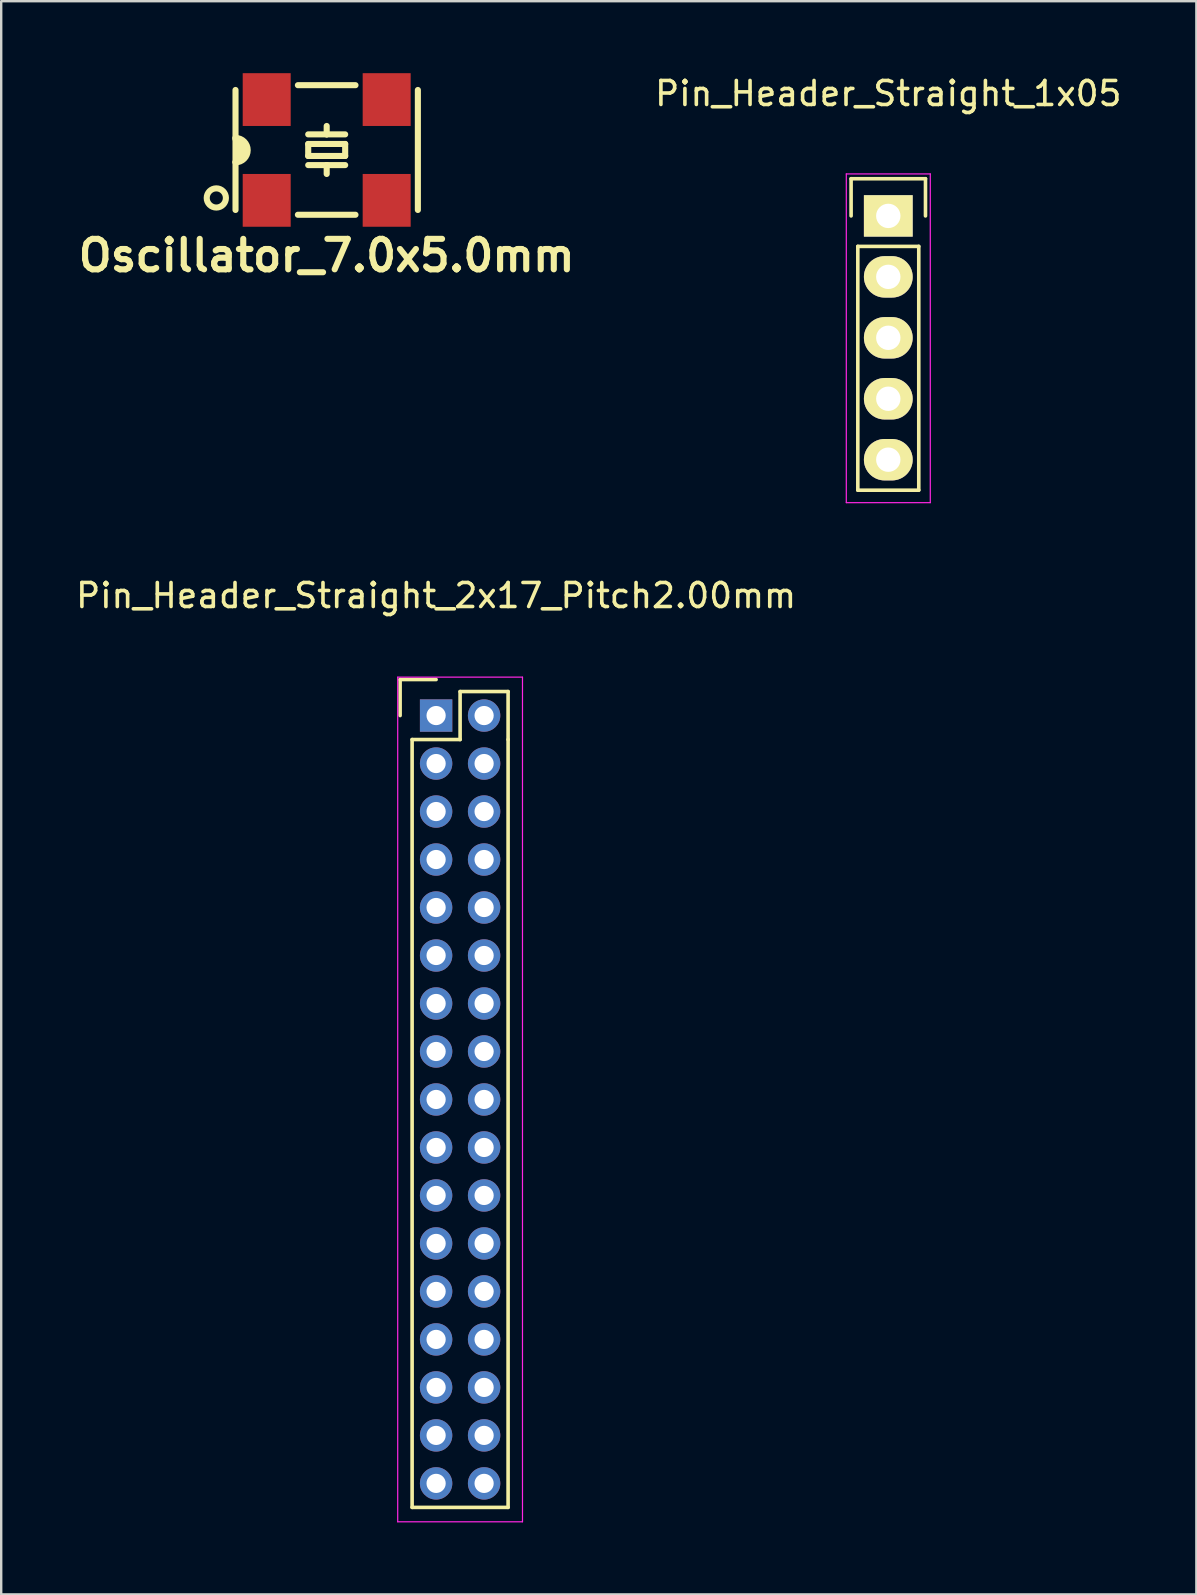
<source format=kicad_pcb>
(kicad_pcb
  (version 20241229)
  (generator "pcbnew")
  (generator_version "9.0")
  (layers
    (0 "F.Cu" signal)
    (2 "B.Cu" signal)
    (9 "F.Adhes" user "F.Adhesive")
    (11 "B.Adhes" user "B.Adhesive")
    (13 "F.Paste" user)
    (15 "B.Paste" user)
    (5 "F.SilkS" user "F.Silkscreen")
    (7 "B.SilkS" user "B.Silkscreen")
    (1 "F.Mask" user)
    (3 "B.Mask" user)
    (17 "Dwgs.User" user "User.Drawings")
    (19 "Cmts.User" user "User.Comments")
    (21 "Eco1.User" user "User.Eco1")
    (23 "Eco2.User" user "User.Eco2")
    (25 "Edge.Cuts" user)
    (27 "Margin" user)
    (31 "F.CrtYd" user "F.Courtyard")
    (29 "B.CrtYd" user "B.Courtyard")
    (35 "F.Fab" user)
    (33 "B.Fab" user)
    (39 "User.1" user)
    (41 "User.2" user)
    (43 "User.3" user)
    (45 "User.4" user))
  (footprint "Pin_Header_Straight_2x17_Pitch2.00mm"
    (layer "F.Cu")
    (at 15.125 26.771)
    (property "Reference" "Pin_Header_Straight_2x17_Pitch2.00mm" (at 0 -5 0) (layer "F.SilkS") (effects (font (size 1 1) (thickness 0.15))))
    (attr through_hole)
    (fp_line (start -1.5 -1.5) (end 0 -1.5) (stroke (width 0.15) (type solid)) (layer "F.SilkS"))
    (fp_line (start -1.5 0) (end -1.5 -1.5) (stroke (width 0.15) (type solid)) (layer "F.SilkS"))
    (fp_line (start -1 1) (end 1 1) (stroke (width 0.15) (type solid)) (layer "F.SilkS"))
    (fp_line (start -1 33) (end -1 1) (stroke (width 0.15) (type solid)) (layer "F.SilkS"))
    (fp_line (start 1 -1) (end 3 -1) (stroke (width 0.15) (type solid)) (layer "F.SilkS"))
    (fp_line (start 1 1) (end 1 -1) (stroke (width 0.15) (type solid)) (layer "F.SilkS"))
    (fp_line (start 3 -1) (end 3 1) (stroke (width 0.15) (type solid)) (layer "F.SilkS"))
    (fp_line (start 3 1) (end 3 33) (stroke (width 0.15) (type solid)) (layer "F.SilkS"))
    (fp_line (start 3 33) (end -1 33) (stroke (width 0.15) (type solid)) (layer "F.SilkS"))
    (fp_line (start -1.6 -1.6) (end 3.6 -1.6) (stroke (width 0.05) (type solid)) (layer "F.CrtYd"))
    (fp_line (start -1.6 33.6) (end -1.6 -1.6) (stroke (width 0.05) (type solid)) (layer "F.CrtYd"))
    (fp_line (start 3.6 -1.6) (end 3.6 33.6) (stroke (width 0.05) (type solid)) (layer "F.CrtYd"))
    (fp_line (start 3.6 33.6) (end -1.6 33.6) (stroke (width 0.05) (type solid)) (layer "F.CrtYd"))
    (pad "1" thru_hole rect (at 0 0) (size 1.35 1.35) (drill 0.8) (layers "*.Cu" "*.Mask"))
    (pad "2" thru_hole circle (at 2 0) (size 1.35 1.35) (drill 0.8) (layers "*.Cu" "*.Mask"))
    (pad "3" thru_hole circle (at 0 2) (size 1.35 1.35) (drill 0.8) (layers "*.Cu" "*.Mask"))
    (pad "4" thru_hole circle (at 2 2) (size 1.35 1.35) (drill 0.8) (layers "*.Cu" "*.Mask"))
    (pad "5" thru_hole circle (at 0 4) (size 1.35 1.35) (drill 0.8) (layers "*.Cu" "*.Mask"))
    (pad "6" thru_hole circle (at 2 4) (size 1.35 1.35) (drill 0.8) (layers "*.Cu" "*.Mask"))
    (pad "7" thru_hole circle (at 0 6) (size 1.35 1.35) (drill 0.8) (layers "*.Cu" "*.Mask"))
    (pad "8" thru_hole circle (at 2 6) (size 1.35 1.35) (drill 0.8) (layers "*.Cu" "*.Mask"))
    (pad "9" thru_hole circle (at 0 8) (size 1.35 1.35) (drill 0.8) (layers "*.Cu" "*.Mask"))
    (pad "10" thru_hole circle (at 2 8) (size 1.35 1.35) (drill 0.8) (layers "*.Cu" "*.Mask"))
    (pad "11" thru_hole circle (at 0 10) (size 1.35 1.35) (drill 0.8) (layers "*.Cu" "*.Mask"))
    (pad "12" thru_hole circle (at 2 10) (size 1.35 1.35) (drill 0.8) (layers "*.Cu" "*.Mask"))
    (pad "13" thru_hole circle (at 0 12) (size 1.35 1.35) (drill 0.8) (layers "*.Cu" "*.Mask"))
    (pad "14" thru_hole circle (at 2 12) (size 1.35 1.35) (drill 0.8) (layers "*.Cu" "*.Mask"))
    (pad "15" thru_hole circle (at 0 14) (size 1.35 1.35) (drill 0.8) (layers "*.Cu" "*.Mask"))
    (pad "16" thru_hole circle (at 2 14) (size 1.35 1.35) (drill 0.8) (layers "*.Cu" "*.Mask"))
    (pad "17" thru_hole circle (at 0 16) (size 1.35 1.35) (drill 0.8) (layers "*.Cu" "*.Mask"))
    (pad "18" thru_hole circle (at 2 16) (size 1.35 1.35) (drill 0.8) (layers "*.Cu" "*.Mask"))
    (pad "19" thru_hole circle (at 0 18) (size 1.35 1.35) (drill 0.8) (layers "*.Cu" "*.Mask"))
    (pad "20" thru_hole circle (at 2 18) (size 1.35 1.35) (drill 0.8) (layers "*.Cu" "*.Mask"))
    (pad "21" thru_hole circle (at 0 20) (size 1.35 1.35) (drill 0.8) (layers "*.Cu" "*.Mask"))
    (pad "22" thru_hole circle (at 2 20) (size 1.35 1.35) (drill 0.8) (layers "*.Cu" "*.Mask"))
    (pad "23" thru_hole circle (at 0 22) (size 1.35 1.35) (drill 0.8) (layers "*.Cu" "*.Mask"))
    (pad "24" thru_hole circle (at 2 22) (size 1.35 1.35) (drill 0.8) (layers "*.Cu" "*.Mask"))
    (pad "25" thru_hole circle (at 0 24) (size 1.35 1.35) (drill 0.8) (layers "*.Cu" "*.Mask"))
    (pad "26" thru_hole circle (at 2 24) (size 1.35 1.35) (drill 0.8) (layers "*.Cu" "*.Mask"))
    (pad "27" thru_hole circle (at 0 26) (size 1.35 1.35) (drill 0.8) (layers "*.Cu" "*.Mask"))
    (pad "28" thru_hole circle (at 2 26) (size 1.35 1.35) (drill 0.8) (layers "*.Cu" "*.Mask"))
    (pad "29" thru_hole circle (at 0 28) (size 1.35 1.35) (drill 0.8) (layers "*.Cu" "*.Mask"))
    (pad "30" thru_hole circle (at 2 28) (size 1.35 1.35) (drill 0.8) (layers "*.Cu" "*.Mask"))
    (pad "31" thru_hole circle (at 0 30) (size 1.35 1.35) (drill 0.8) (layers "*.Cu" "*.Mask"))
    (pad "32" thru_hole circle (at 2 30) (size 1.35 1.35) (drill 0.8) (layers "*.Cu" "*.Mask"))
    (pad "33" thru_hole circle (at 0 32) (size 1.35 1.35) (drill 0.8) (layers "*.Cu" "*.Mask"))
    (pad "34" thru_hole circle (at 2 32) (size 1.35 1.35) (drill 0.8) (layers "*.Cu" "*.Mask")))
  (footprint "Oscillator_7.0x5.0mm"
    (layer "F.Cu")
    (at 10.565 3.2)
    (property "Reference" "Oscillator_7.0x5.0mm" (at 0 4.4 0) (layer "F.SilkS") (effects (font (size 1.27 1.27) (thickness 0.254))))
    (attr smd)
    (fp_line (start -3.8 -2.5) (end -3.8 -0.45) (stroke (width 0.254) (type solid)) (layer "F.SilkS"))
    (fp_line (start -3.8 -0.5) (end -3.8 0.5) (stroke (width 0.254) (type solid)) (layer "F.SilkS"))
    (fp_line (start -3.8 0.5) (end -3.8 2.5) (stroke (width 0.254) (type solid)) (layer "F.SilkS"))
    (fp_line (start -3.6 -0.4) (end -3.6 0.4) (stroke (width 0.254) (type solid)) (layer "F.SilkS"))
    (fp_line (start -3.4 -0.2) (end -3.4 0.2) (stroke (width 0.254) (type solid)) (layer "F.SilkS"))
    (fp_line (start -1.2 2.7) (end 1.2 2.7) (stroke (width 0.254) (type solid)) (layer "F.SilkS"))
    (fp_line (start -0.77 -0.65) (end 0 -0.65) (stroke (width 0.254) (type solid)) (layer "F.SilkS"))
    (fp_line (start -0.77 -0.25) (end -0.77 0.25) (stroke (width 0.254) (type solid)) (layer "F.SilkS"))
    (fp_line (start -0.77 0.25) (end 0.77 0.25) (stroke (width 0.254) (type solid)) (layer "F.SilkS"))
    (fp_line (start -0.77 0.63) (end 0 0.63) (stroke (width 0.254) (type solid)) (layer "F.SilkS"))
    (fp_line (start 0 -0.65) (end 0 -1) (stroke (width 0.254) (type solid)) (layer "F.SilkS"))
    (fp_line (start 0 -0.65) (end 0.77 -0.65) (stroke (width 0.254) (type solid)) (layer "F.SilkS"))
    (fp_line (start 0 0.63) (end 0 1) (stroke (width 0.254) (type solid)) (layer "F.SilkS"))
    (fp_line (start 0 0.63) (end 0.77 0.63) (stroke (width 0.254) (type solid)) (layer "F.SilkS"))
    (fp_line (start 0.77 -0.25) (end -0.77 -0.25) (stroke (width 0.254) (type solid)) (layer "F.SilkS"))
    (fp_line (start 0.77 0.25) (end 0.77 -0.25) (stroke (width 0.254) (type solid)) (layer "F.SilkS"))
    (fp_line (start 1.2 -2.7) (end -1.2 -2.7) (stroke (width 0.254) (type solid)) (layer "F.SilkS"))
    (fp_line (start 3.8 2.5) (end 3.8 -2.5) (stroke (width 0.254) (type solid)) (layer "F.SilkS"))
    (fp_arc (start -3.8 -0.5) (mid -3.29238 0.00762) (end -3.8 0.51524) (stroke (width 0.254) (type solid)) (layer "F.SilkS"))
    (fp_circle (center -4.6 2) (end -5 2) (stroke (width 0.254) (type solid)) (fill no) (layer "F.SilkS"))
    (pad "1" smd rect (at -2.5 2.1) (size 2 2.2) (layers "F.Cu" "F.Mask" "F.Paste"))
    (pad "2" smd rect (at 2.5 2.1) (size 2 2.2) (layers "F.Cu" "F.Mask" "F.Paste"))
    (pad "3" smd rect (at 2.5 -2.1) (size 2 2.2) (layers "F.Cu" "F.Mask" "F.Paste"))
    (pad "4" smd rect (at -2.5 -2.1) (size 2 2.2) (layers "F.Cu" "F.Mask" "F.Paste")))
  (footprint "Pin_Header_Straight_1x05"
    (layer "F.Cu")
    (at 33.97 5.948)
    (property "Reference" "Pin_Header_Straight_1x05" (at 0 -5.1 0) (layer "F.SilkS") (effects (font (size 1 1) (thickness 0.15))))
    (attr through_hole)
    (fp_line (start -1.55 -1.55) (end 1.55 -1.55) (stroke (width 0.15) (type solid)) (layer "F.SilkS"))
    (fp_line (start -1.55 0) (end -1.55 -1.55) (stroke (width 0.15) (type solid)) (layer "F.SilkS"))
    (fp_line (start -1.27 11.43) (end -1.27 1.27) (stroke (width 0.15) (type solid)) (layer "F.SilkS"))
    (fp_line (start 1.27 1.27) (end -1.27 1.27) (stroke (width 0.15) (type solid)) (layer "F.SilkS"))
    (fp_line (start 1.27 1.27) (end 1.27 11.43) (stroke (width 0.15) (type solid)) (layer "F.SilkS"))
    (fp_line (start 1.27 11.43) (end -1.27 11.43) (stroke (width 0.15) (type solid)) (layer "F.SilkS"))
    (fp_line (start 1.55 -1.55) (end 1.55 0) (stroke (width 0.15) (type solid)) (layer "F.SilkS"))
    (fp_line (start -1.75 -1.75) (end -1.75 11.95) (stroke (width 0.05) (type solid)) (layer "F.CrtYd"))
    (fp_line (start -1.75 -1.75) (end 1.75 -1.75) (stroke (width 0.05) (type solid)) (layer "F.CrtYd"))
    (fp_line (start -1.75 11.95) (end 1.75 11.95) (stroke (width 0.05) (type solid)) (layer "F.CrtYd"))
    (fp_line (start 1.75 -1.75) (end 1.75 11.95) (stroke (width 0.05) (type solid)) (layer "F.CrtYd"))
    (pad "1" thru_hole rect (at 0 0) (size 2.032 1.727) (drill 1.016) (layers "*.Cu" "*.Mask" "F.SilkS"))
    (pad "2" thru_hole oval (at 0 2.54) (size 2.032 1.727) (drill 1.016) (layers "*.Cu" "*.Mask" "F.SilkS"))
    (pad "3" thru_hole oval (at 0 5.08) (size 2.032 1.727) (drill 1.016) (layers "*.Cu" "*.Mask" "F.SilkS"))
    (pad "4" thru_hole oval (at 0 7.62) (size 2.032 1.727) (drill 1.016) (layers "*.Cu" "*.Mask" "F.SilkS"))
    (pad "5" thru_hole oval (at 0 10.16) (size 2.032 1.727) (drill 1.016) (layers "*.Cu" "*.Mask" "F.SilkS")))
  (gr_rect
    (start -3 -3)
    (end 46.809 63.397)
    (stroke (width 0.1) (type default))
    (fill no)
    (layer "Edge.Cuts")))
</source>
